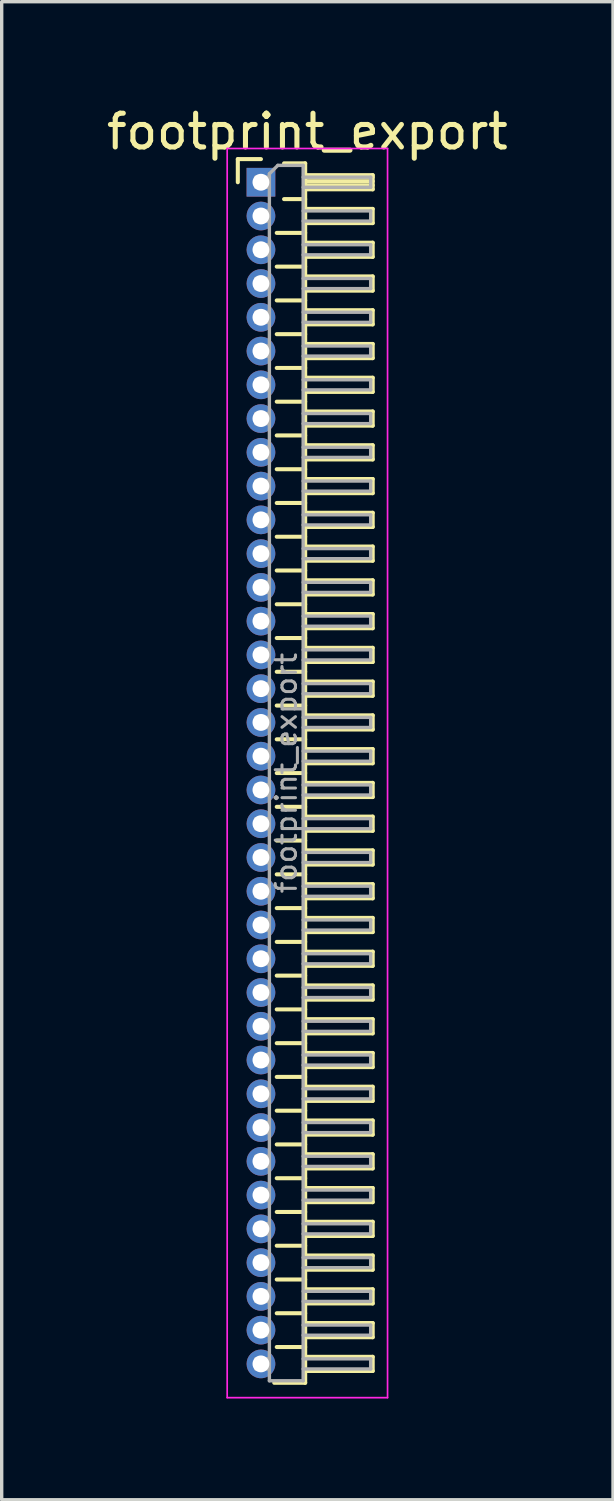
<source format=kicad_pcb>
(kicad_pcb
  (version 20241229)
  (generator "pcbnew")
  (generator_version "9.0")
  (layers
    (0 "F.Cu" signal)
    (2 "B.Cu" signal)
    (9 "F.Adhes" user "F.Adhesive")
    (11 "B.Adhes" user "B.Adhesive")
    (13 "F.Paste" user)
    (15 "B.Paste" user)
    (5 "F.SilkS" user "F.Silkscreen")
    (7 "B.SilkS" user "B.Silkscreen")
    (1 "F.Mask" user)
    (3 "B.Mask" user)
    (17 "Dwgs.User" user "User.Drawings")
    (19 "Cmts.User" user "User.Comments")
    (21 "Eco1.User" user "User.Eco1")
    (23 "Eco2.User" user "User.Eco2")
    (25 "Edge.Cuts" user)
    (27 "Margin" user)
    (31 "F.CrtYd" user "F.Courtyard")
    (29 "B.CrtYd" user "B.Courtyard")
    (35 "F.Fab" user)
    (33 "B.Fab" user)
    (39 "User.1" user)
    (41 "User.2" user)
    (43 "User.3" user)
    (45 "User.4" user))
  (footprint "footprint_export"
    (layer "F.Cu")
    (at 4.679 2.348)
    (property "Reference" "footprint_export" (at 1.375 -1.5 0) (layer "F.SilkS") (effects (font (size 1 1) (thickness 0.15))))
    (attr through_hole)
    (fp_line (start -0.685 -0.685) (end 0 -0.685) (stroke (width 0.12) (type solid)) (layer "F.SilkS"))
    (fp_line (start -0.685 0) (end -0.685 -0.685) (stroke (width 0.12) (type solid)) (layer "F.SilkS"))
    (fp_line (start 0.468 1.5) (end 1.31 1.5) (stroke (width 0.12) (type solid)) (layer "F.SilkS"))
    (fp_line (start 0.468 2.5) (end 1.31 2.5) (stroke (width 0.12) (type solid)) (layer "F.SilkS"))
    (fp_line (start 0.468 3.5) (end 1.31 3.5) (stroke (width 0.12) (type solid)) (layer "F.SilkS"))
    (fp_line (start 0.468 4.5) (end 1.31 4.5) (stroke (width 0.12) (type solid)) (layer "F.SilkS"))
    (fp_line (start 0.468 5.5) (end 1.31 5.5) (stroke (width 0.12) (type solid)) (layer "F.SilkS"))
    (fp_line (start 0.468 6.5) (end 1.31 6.5) (stroke (width 0.12) (type solid)) (layer "F.SilkS"))
    (fp_line (start 0.468 7.5) (end 1.31 7.5) (stroke (width 0.12) (type solid)) (layer "F.SilkS"))
    (fp_line (start 0.468 8.5) (end 1.31 8.5) (stroke (width 0.12) (type solid)) (layer "F.SilkS"))
    (fp_line (start 0.468 9.5) (end 1.31 9.5) (stroke (width 0.12) (type solid)) (layer "F.SilkS"))
    (fp_line (start 0.468 10.5) (end 1.31 10.5) (stroke (width 0.12) (type solid)) (layer "F.SilkS"))
    (fp_line (start 0.468 11.5) (end 1.31 11.5) (stroke (width 0.12) (type solid)) (layer "F.SilkS"))
    (fp_line (start 0.468 12.5) (end 1.31 12.5) (stroke (width 0.12) (type solid)) (layer "F.SilkS"))
    (fp_line (start 0.468 13.5) (end 1.31 13.5) (stroke (width 0.12) (type solid)) (layer "F.SilkS"))
    (fp_line (start 0.468 14.5) (end 1.31 14.5) (stroke (width 0.12) (type solid)) (layer "F.SilkS"))
    (fp_line (start 0.468 15.5) (end 1.31 15.5) (stroke (width 0.12) (type solid)) (layer "F.SilkS"))
    (fp_line (start 0.468 16.5) (end 1.31 16.5) (stroke (width 0.12) (type solid)) (layer "F.SilkS"))
    (fp_line (start 0.468 17.5) (end 1.31 17.5) (stroke (width 0.12) (type solid)) (layer "F.SilkS"))
    (fp_line (start 0.468 18.5) (end 1.31 18.5) (stroke (width 0.12) (type solid)) (layer "F.SilkS"))
    (fp_line (start 0.468 19.5) (end 1.31 19.5) (stroke (width 0.12) (type solid)) (layer "F.SilkS"))
    (fp_line (start 0.468 20.5) (end 1.31 20.5) (stroke (width 0.12) (type solid)) (layer "F.SilkS"))
    (fp_line (start 0.468 21.5) (end 1.31 21.5) (stroke (width 0.12) (type solid)) (layer "F.SilkS"))
    (fp_line (start 0.468 22.5) (end 1.31 22.5) (stroke (width 0.12) (type solid)) (layer "F.SilkS"))
    (fp_line (start 0.468 23.5) (end 1.31 23.5) (stroke (width 0.12) (type solid)) (layer "F.SilkS"))
    (fp_line (start 0.468 24.5) (end 1.31 24.5) (stroke (width 0.12) (type solid)) (layer "F.SilkS"))
    (fp_line (start 0.468 25.5) (end 1.31 25.5) (stroke (width 0.12) (type solid)) (layer "F.SilkS"))
    (fp_line (start 0.468 26.5) (end 1.31 26.5) (stroke (width 0.12) (type solid)) (layer "F.SilkS"))
    (fp_line (start 0.468 27.5) (end 1.31 27.5) (stroke (width 0.12) (type solid)) (layer "F.SilkS"))
    (fp_line (start 0.468 28.5) (end 1.31 28.5) (stroke (width 0.12) (type solid)) (layer "F.SilkS"))
    (fp_line (start 0.468 29.5) (end 1.31 29.5) (stroke (width 0.12) (type solid)) (layer "F.SilkS"))
    (fp_line (start 0.468 30.5) (end 1.31 30.5) (stroke (width 0.12) (type solid)) (layer "F.SilkS"))
    (fp_line (start 0.468 31.5) (end 1.31 31.5) (stroke (width 0.12) (type solid)) (layer "F.SilkS"))
    (fp_line (start 0.468 32.5) (end 1.31 32.5) (stroke (width 0.12) (type solid)) (layer "F.SilkS"))
    (fp_line (start 0.468 33.5) (end 1.31 33.5) (stroke (width 0.12) (type solid)) (layer "F.SilkS"))
    (fp_line (start 0.468 34.5) (end 1.31 34.5) (stroke (width 0.12) (type solid)) (layer "F.SilkS"))
    (fp_line (start 0.685 -0.56) (end 1.31 -0.56) (stroke (width 0.12) (type solid)) (layer "F.SilkS"))
    (fp_line (start 0.685 0.5) (end 1.31 0.5) (stroke (width 0.12) (type solid)) (layer "F.SilkS"))
    (fp_line (start 1.31 -0.56) (end 1.31 35.56) (stroke (width 0.12) (type solid)) (layer "F.SilkS"))
    (fp_line (start 1.31 -0.21) (end 3.31 -0.21) (stroke (width 0.12) (type solid)) (layer "F.SilkS"))
    (fp_line (start 1.31 -0.15) (end 3.31 -0.15) (stroke (width 0.12) (type solid)) (layer "F.SilkS"))
    (fp_line (start 1.31 -0.03) (end 3.31 -0.03) (stroke (width 0.12) (type solid)) (layer "F.SilkS"))
    (fp_line (start 1.31 0.09) (end 3.31 0.09) (stroke (width 0.12) (type solid)) (layer "F.SilkS"))
    (fp_line (start 1.31 0.79) (end 3.31 0.79) (stroke (width 0.12) (type solid)) (layer "F.SilkS"))
    (fp_line (start 1.31 1.79) (end 3.31 1.79) (stroke (width 0.12) (type solid)) (layer "F.SilkS"))
    (fp_line (start 1.31 2.79) (end 3.31 2.79) (stroke (width 0.12) (type solid)) (layer "F.SilkS"))
    (fp_line (start 1.31 3.79) (end 3.31 3.79) (stroke (width 0.12) (type solid)) (layer "F.SilkS"))
    (fp_line (start 1.31 4.79) (end 3.31 4.79) (stroke (width 0.12) (type solid)) (layer "F.SilkS"))
    (fp_line (start 1.31 5.79) (end 3.31 5.79) (stroke (width 0.12) (type solid)) (layer "F.SilkS"))
    (fp_line (start 1.31 6.79) (end 3.31 6.79) (stroke (width 0.12) (type solid)) (layer "F.SilkS"))
    (fp_line (start 1.31 7.79) (end 3.31 7.79) (stroke (width 0.12) (type solid)) (layer "F.SilkS"))
    (fp_line (start 1.31 8.79) (end 3.31 8.79) (stroke (width 0.12) (type solid)) (layer "F.SilkS"))
    (fp_line (start 1.31 9.79) (end 3.31 9.79) (stroke (width 0.12) (type solid)) (layer "F.SilkS"))
    (fp_line (start 1.31 10.79) (end 3.31 10.79) (stroke (width 0.12) (type solid)) (layer "F.SilkS"))
    (fp_line (start 1.31 11.79) (end 3.31 11.79) (stroke (width 0.12) (type solid)) (layer "F.SilkS"))
    (fp_line (start 1.31 12.79) (end 3.31 12.79) (stroke (width 0.12) (type solid)) (layer "F.SilkS"))
    (fp_line (start 1.31 13.79) (end 3.31 13.79) (stroke (width 0.12) (type solid)) (layer "F.SilkS"))
    (fp_line (start 1.31 14.79) (end 3.31 14.79) (stroke (width 0.12) (type solid)) (layer "F.SilkS"))
    (fp_line (start 1.31 15.79) (end 3.31 15.79) (stroke (width 0.12) (type solid)) (layer "F.SilkS"))
    (fp_line (start 1.31 16.79) (end 3.31 16.79) (stroke (width 0.12) (type solid)) (layer "F.SilkS"))
    (fp_line (start 1.31 17.79) (end 3.31 17.79) (stroke (width 0.12) (type solid)) (layer "F.SilkS"))
    (fp_line (start 1.31 18.79) (end 3.31 18.79) (stroke (width 0.12) (type solid)) (layer "F.SilkS"))
    (fp_line (start 1.31 19.79) (end 3.31 19.79) (stroke (width 0.12) (type solid)) (layer "F.SilkS"))
    (fp_line (start 1.31 20.79) (end 3.31 20.79) (stroke (width 0.12) (type solid)) (layer "F.SilkS"))
    (fp_line (start 1.31 21.79) (end 3.31 21.79) (stroke (width 0.12) (type solid)) (layer "F.SilkS"))
    (fp_line (start 1.31 22.79) (end 3.31 22.79) (stroke (width 0.12) (type solid)) (layer "F.SilkS"))
    (fp_line (start 1.31 23.79) (end 3.31 23.79) (stroke (width 0.12) (type solid)) (layer "F.SilkS"))
    (fp_line (start 1.31 24.79) (end 3.31 24.79) (stroke (width 0.12) (type solid)) (layer "F.SilkS"))
    (fp_line (start 1.31 25.79) (end 3.31 25.79) (stroke (width 0.12) (type solid)) (layer "F.SilkS"))
    (fp_line (start 1.31 26.79) (end 3.31 26.79) (stroke (width 0.12) (type solid)) (layer "F.SilkS"))
    (fp_line (start 1.31 27.79) (end 3.31 27.79) (stroke (width 0.12) (type solid)) (layer "F.SilkS"))
    (fp_line (start 1.31 28.79) (end 3.31 28.79) (stroke (width 0.12) (type solid)) (layer "F.SilkS"))
    (fp_line (start 1.31 29.79) (end 3.31 29.79) (stroke (width 0.12) (type solid)) (layer "F.SilkS"))
    (fp_line (start 1.31 30.79) (end 3.31 30.79) (stroke (width 0.12) (type solid)) (layer "F.SilkS"))
    (fp_line (start 1.31 31.79) (end 3.31 31.79) (stroke (width 0.12) (type solid)) (layer "F.SilkS"))
    (fp_line (start 1.31 32.79) (end 3.31 32.79) (stroke (width 0.12) (type solid)) (layer "F.SilkS"))
    (fp_line (start 1.31 33.79) (end 3.31 33.79) (stroke (width 0.12) (type solid)) (layer "F.SilkS"))
    (fp_line (start 1.31 34.79) (end 3.31 34.79) (stroke (width 0.12) (type solid)) (layer "F.SilkS"))
    (fp_line (start 1.31 35.56) (end 0.394 35.56) (stroke (width 0.12) (type solid)) (layer "F.SilkS"))
    (fp_line (start 3.31 -0.21) (end 3.31 0.21) (stroke (width 0.12) (type solid)) (layer "F.SilkS"))
    (fp_line (start 3.31 0.21) (end 1.31 0.21) (stroke (width 0.12) (type solid)) (layer "F.SilkS"))
    (fp_line (start 3.31 0.79) (end 3.31 1.21) (stroke (width 0.12) (type solid)) (layer "F.SilkS"))
    (fp_line (start 3.31 1.21) (end 1.31 1.21) (stroke (width 0.12) (type solid)) (layer "F.SilkS"))
    (fp_line (start 3.31 1.79) (end 3.31 2.21) (stroke (width 0.12) (type solid)) (layer "F.SilkS"))
    (fp_line (start 3.31 2.21) (end 1.31 2.21) (stroke (width 0.12) (type solid)) (layer "F.SilkS"))
    (fp_line (start 3.31 2.79) (end 3.31 3.21) (stroke (width 0.12) (type solid)) (layer "F.SilkS"))
    (fp_line (start 3.31 3.21) (end 1.31 3.21) (stroke (width 0.12) (type solid)) (layer "F.SilkS"))
    (fp_line (start 3.31 3.79) (end 3.31 4.21) (stroke (width 0.12) (type solid)) (layer "F.SilkS"))
    (fp_line (start 3.31 4.21) (end 1.31 4.21) (stroke (width 0.12) (type solid)) (layer "F.SilkS"))
    (fp_line (start 3.31 4.79) (end 3.31 5.21) (stroke (width 0.12) (type solid)) (layer "F.SilkS"))
    (fp_line (start 3.31 5.21) (end 1.31 5.21) (stroke (width 0.12) (type solid)) (layer "F.SilkS"))
    (fp_line (start 3.31 5.79) (end 3.31 6.21) (stroke (width 0.12) (type solid)) (layer "F.SilkS"))
    (fp_line (start 3.31 6.21) (end 1.31 6.21) (stroke (width 0.12) (type solid)) (layer "F.SilkS"))
    (fp_line (start 3.31 6.79) (end 3.31 7.21) (stroke (width 0.12) (type solid)) (layer "F.SilkS"))
    (fp_line (start 3.31 7.21) (end 1.31 7.21) (stroke (width 0.12) (type solid)) (layer "F.SilkS"))
    (fp_line (start 3.31 7.79) (end 3.31 8.21) (stroke (width 0.12) (type solid)) (layer "F.SilkS"))
    (fp_line (start 3.31 8.21) (end 1.31 8.21) (stroke (width 0.12) (type solid)) (layer "F.SilkS"))
    (fp_line (start 3.31 8.79) (end 3.31 9.21) (stroke (width 0.12) (type solid)) (layer "F.SilkS"))
    (fp_line (start 3.31 9.21) (end 1.31 9.21) (stroke (width 0.12) (type solid)) (layer "F.SilkS"))
    (fp_line (start 3.31 9.79) (end 3.31 10.21) (stroke (width 0.12) (type solid)) (layer "F.SilkS"))
    (fp_line (start 3.31 10.21) (end 1.31 10.21) (stroke (width 0.12) (type solid)) (layer "F.SilkS"))
    (fp_line (start 3.31 10.79) (end 3.31 11.21) (stroke (width 0.12) (type solid)) (layer "F.SilkS"))
    (fp_line (start 3.31 11.21) (end 1.31 11.21) (stroke (width 0.12) (type solid)) (layer "F.SilkS"))
    (fp_line (start 3.31 11.79) (end 3.31 12.21) (stroke (width 0.12) (type solid)) (layer "F.SilkS"))
    (fp_line (start 3.31 12.21) (end 1.31 12.21) (stroke (width 0.12) (type solid)) (layer "F.SilkS"))
    (fp_line (start 3.31 12.79) (end 3.31 13.21) (stroke (width 0.12) (type solid)) (layer "F.SilkS"))
    (fp_line (start 3.31 13.21) (end 1.31 13.21) (stroke (width 0.12) (type solid)) (layer "F.SilkS"))
    (fp_line (start 3.31 13.79) (end 3.31 14.21) (stroke (width 0.12) (type solid)) (layer "F.SilkS"))
    (fp_line (start 3.31 14.21) (end 1.31 14.21) (stroke (width 0.12) (type solid)) (layer "F.SilkS"))
    (fp_line (start 3.31 14.79) (end 3.31 15.21) (stroke (width 0.12) (type solid)) (layer "F.SilkS"))
    (fp_line (start 3.31 15.21) (end 1.31 15.21) (stroke (width 0.12) (type solid)) (layer "F.SilkS"))
    (fp_line (start 3.31 15.79) (end 3.31 16.21) (stroke (width 0.12) (type solid)) (layer "F.SilkS"))
    (fp_line (start 3.31 16.21) (end 1.31 16.21) (stroke (width 0.12) (type solid)) (layer "F.SilkS"))
    (fp_line (start 3.31 16.79) (end 3.31 17.21) (stroke (width 0.12) (type solid)) (layer "F.SilkS"))
    (fp_line (start 3.31 17.21) (end 1.31 17.21) (stroke (width 0.12) (type solid)) (layer "F.SilkS"))
    (fp_line (start 3.31 17.79) (end 3.31 18.21) (stroke (width 0.12) (type solid)) (layer "F.SilkS"))
    (fp_line (start 3.31 18.21) (end 1.31 18.21) (stroke (width 0.12) (type solid)) (layer "F.SilkS"))
    (fp_line (start 3.31 18.79) (end 3.31 19.21) (stroke (width 0.12) (type solid)) (layer "F.SilkS"))
    (fp_line (start 3.31 19.21) (end 1.31 19.21) (stroke (width 0.12) (type solid)) (layer "F.SilkS"))
    (fp_line (start 3.31 19.79) (end 3.31 20.21) (stroke (width 0.12) (type solid)) (layer "F.SilkS"))
    (fp_line (start 3.31 20.21) (end 1.31 20.21) (stroke (width 0.12) (type solid)) (layer "F.SilkS"))
    (fp_line (start 3.31 20.79) (end 3.31 21.21) (stroke (width 0.12) (type solid)) (layer "F.SilkS"))
    (fp_line (start 3.31 21.21) (end 1.31 21.21) (stroke (width 0.12) (type solid)) (layer "F.SilkS"))
    (fp_line (start 3.31 21.79) (end 3.31 22.21) (stroke (width 0.12) (type solid)) (layer "F.SilkS"))
    (fp_line (start 3.31 22.21) (end 1.31 22.21) (stroke (width 0.12) (type solid)) (layer "F.SilkS"))
    (fp_line (start 3.31 22.79) (end 3.31 23.21) (stroke (width 0.12) (type solid)) (layer "F.SilkS"))
    (fp_line (start 3.31 23.21) (end 1.31 23.21) (stroke (width 0.12) (type solid)) (layer "F.SilkS"))
    (fp_line (start 3.31 23.79) (end 3.31 24.21) (stroke (width 0.12) (type solid)) (layer "F.SilkS"))
    (fp_line (start 3.31 24.21) (end 1.31 24.21) (stroke (width 0.12) (type solid)) (layer "F.SilkS"))
    (fp_line (start 3.31 24.79) (end 3.31 25.21) (stroke (width 0.12) (type solid)) (layer "F.SilkS"))
    (fp_line (start 3.31 25.21) (end 1.31 25.21) (stroke (width 0.12) (type solid)) (layer "F.SilkS"))
    (fp_line (start 3.31 25.79) (end 3.31 26.21) (stroke (width 0.12) (type solid)) (layer "F.SilkS"))
    (fp_line (start 3.31 26.21) (end 1.31 26.21) (stroke (width 0.12) (type solid)) (layer "F.SilkS"))
    (fp_line (start 3.31 26.79) (end 3.31 27.21) (stroke (width 0.12) (type solid)) (layer "F.SilkS"))
    (fp_line (start 3.31 27.21) (end 1.31 27.21) (stroke (width 0.12) (type solid)) (layer "F.SilkS"))
    (fp_line (start 3.31 27.79) (end 3.31 28.21) (stroke (width 0.12) (type solid)) (layer "F.SilkS"))
    (fp_line (start 3.31 28.21) (end 1.31 28.21) (stroke (width 0.12) (type solid)) (layer "F.SilkS"))
    (fp_line (start 3.31 28.79) (end 3.31 29.21) (stroke (width 0.12) (type solid)) (layer "F.SilkS"))
    (fp_line (start 3.31 29.21) (end 1.31 29.21) (stroke (width 0.12) (type solid)) (layer "F.SilkS"))
    (fp_line (start 3.31 29.79) (end 3.31 30.21) (stroke (width 0.12) (type solid)) (layer "F.SilkS"))
    (fp_line (start 3.31 30.21) (end 1.31 30.21) (stroke (width 0.12) (type solid)) (layer "F.SilkS"))
    (fp_line (start 3.31 30.79) (end 3.31 31.21) (stroke (width 0.12) (type solid)) (layer "F.SilkS"))
    (fp_line (start 3.31 31.21) (end 1.31 31.21) (stroke (width 0.12) (type solid)) (layer "F.SilkS"))
    (fp_line (start 3.31 31.79) (end 3.31 32.21) (stroke (width 0.12) (type solid)) (layer "F.SilkS"))
    (fp_line (start 3.31 32.21) (end 1.31 32.21) (stroke (width 0.12) (type solid)) (layer "F.SilkS"))
    (fp_line (start 3.31 32.79) (end 3.31 33.21) (stroke (width 0.12) (type solid)) (layer "F.SilkS"))
    (fp_line (start 3.31 33.21) (end 1.31 33.21) (stroke (width 0.12) (type solid)) (layer "F.SilkS"))
    (fp_line (start 3.31 33.79) (end 3.31 34.21) (stroke (width 0.12) (type solid)) (layer "F.SilkS"))
    (fp_line (start 3.31 34.21) (end 1.31 34.21) (stroke (width 0.12) (type solid)) (layer "F.SilkS"))
    (fp_line (start 3.31 34.79) (end 3.31 35.21) (stroke (width 0.12) (type solid)) (layer "F.SilkS"))
    (fp_line (start 3.31 35.21) (end 1.31 35.21) (stroke (width 0.12) (type solid)) (layer "F.SilkS"))
    (fp_line (start -1 -1) (end -1 36) (stroke (width 0.05) (type solid)) (layer "F.CrtYd"))
    (fp_line (start -1 36) (end 3.75 36) (stroke (width 0.05) (type solid)) (layer "F.CrtYd"))
    (fp_line (start 3.75 -1) (end -1 -1) (stroke (width 0.05) (type solid)) (layer "F.CrtYd"))
    (fp_line (start 3.75 36) (end 3.75 -1) (stroke (width 0.05) (type solid)) (layer "F.CrtYd"))
    (fp_line (start -0.15 -0.15) (end -0.15 0.15) (stroke (width 0.1) (type solid)) (layer "F.Fab"))
    (fp_line (start -0.15 -0.15) (end 0.25 -0.15) (stroke (width 0.1) (type solid)) (layer "F.Fab"))
    (fp_line (start -0.15 0.15) (end 0.25 0.15) (stroke (width 0.1) (type solid)) (layer "F.Fab"))
    (fp_line (start -0.15 0.85) (end -0.15 1.15) (stroke (width 0.1) (type solid)) (layer "F.Fab"))
    (fp_line (start -0.15 0.85) (end 0.25 0.85) (stroke (width 0.1) (type solid)) (layer "F.Fab"))
    (fp_line (start -0.15 1.15) (end 0.25 1.15) (stroke (width 0.1) (type solid)) (layer "F.Fab"))
    (fp_line (start -0.15 1.85) (end -0.15 2.15) (stroke (width 0.1) (type solid)) (layer "F.Fab"))
    (fp_line (start -0.15 1.85) (end 0.25 1.85) (stroke (width 0.1) (type solid)) (layer "F.Fab"))
    (fp_line (start -0.15 2.15) (end 0.25 2.15) (stroke (width 0.1) (type solid)) (layer "F.Fab"))
    (fp_line (start -0.15 2.85) (end -0.15 3.15) (stroke (width 0.1) (type solid)) (layer "F.Fab"))
    (fp_line (start -0.15 2.85) (end 0.25 2.85) (stroke (width 0.1) (type solid)) (layer "F.Fab"))
    (fp_line (start -0.15 3.15) (end 0.25 3.15) (stroke (width 0.1) (type solid)) (layer "F.Fab"))
    (fp_line (start -0.15 3.85) (end -0.15 4.15) (stroke (width 0.1) (type solid)) (layer "F.Fab"))
    (fp_line (start -0.15 3.85) (end 0.25 3.85) (stroke (width 0.1) (type solid)) (layer "F.Fab"))
    (fp_line (start -0.15 4.15) (end 0.25 4.15) (stroke (width 0.1) (type solid)) (layer "F.Fab"))
    (fp_line (start -0.15 4.85) (end -0.15 5.15) (stroke (width 0.1) (type solid)) (layer "F.Fab"))
    (fp_line (start -0.15 4.85) (end 0.25 4.85) (stroke (width 0.1) (type solid)) (layer "F.Fab"))
    (fp_line (start -0.15 5.15) (end 0.25 5.15) (stroke (width 0.1) (type solid)) (layer "F.Fab"))
    (fp_line (start -0.15 5.85) (end -0.15 6.15) (stroke (width 0.1) (type solid)) (layer "F.Fab"))
    (fp_line (start -0.15 5.85) (end 0.25 5.85) (stroke (width 0.1) (type solid)) (layer "F.Fab"))
    (fp_line (start -0.15 6.15) (end 0.25 6.15) (stroke (width 0.1) (type solid)) (layer "F.Fab"))
    (fp_line (start -0.15 6.85) (end -0.15 7.15) (stroke (width 0.1) (type solid)) (layer "F.Fab"))
    (fp_line (start -0.15 6.85) (end 0.25 6.85) (stroke (width 0.1) (type solid)) (layer "F.Fab"))
    (fp_line (start -0.15 7.15) (end 0.25 7.15) (stroke (width 0.1) (type solid)) (layer "F.Fab"))
    (fp_line (start -0.15 7.85) (end -0.15 8.15) (stroke (width 0.1) (type solid)) (layer "F.Fab"))
    (fp_line (start -0.15 7.85) (end 0.25 7.85) (stroke (width 0.1) (type solid)) (layer "F.Fab"))
    (fp_line (start -0.15 8.15) (end 0.25 8.15) (stroke (width 0.1) (type solid)) (layer "F.Fab"))
    (fp_line (start -0.15 8.85) (end -0.15 9.15) (stroke (width 0.1) (type solid)) (layer "F.Fab"))
    (fp_line (start -0.15 8.85) (end 0.25 8.85) (stroke (width 0.1) (type solid)) (layer "F.Fab"))
    (fp_line (start -0.15 9.15) (end 0.25 9.15) (stroke (width 0.1) (type solid)) (layer "F.Fab"))
    (fp_line (start -0.15 9.85) (end -0.15 10.15) (stroke (width 0.1) (type solid)) (layer "F.Fab"))
    (fp_line (start -0.15 9.85) (end 0.25 9.85) (stroke (width 0.1) (type solid)) (layer "F.Fab"))
    (fp_line (start -0.15 10.15) (end 0.25 10.15) (stroke (width 0.1) (type solid)) (layer "F.Fab"))
    (fp_line (start -0.15 10.85) (end -0.15 11.15) (stroke (width 0.1) (type solid)) (layer "F.Fab"))
    (fp_line (start -0.15 10.85) (end 0.25 10.85) (stroke (width 0.1) (type solid)) (layer "F.Fab"))
    (fp_line (start -0.15 11.15) (end 0.25 11.15) (stroke (width 0.1) (type solid)) (layer "F.Fab"))
    (fp_line (start -0.15 11.85) (end -0.15 12.15) (stroke (width 0.1) (type solid)) (layer "F.Fab"))
    (fp_line (start -0.15 11.85) (end 0.25 11.85) (stroke (width 0.1) (type solid)) (layer "F.Fab"))
    (fp_line (start -0.15 12.15) (end 0.25 12.15) (stroke (width 0.1) (type solid)) (layer "F.Fab"))
    (fp_line (start -0.15 12.85) (end -0.15 13.15) (stroke (width 0.1) (type solid)) (layer "F.Fab"))
    (fp_line (start -0.15 12.85) (end 0.25 12.85) (stroke (width 0.1) (type solid)) (layer "F.Fab"))
    (fp_line (start -0.15 13.15) (end 0.25 13.15) (stroke (width 0.1) (type solid)) (layer "F.Fab"))
    (fp_line (start -0.15 13.85) (end -0.15 14.15) (stroke (width 0.1) (type solid)) (layer "F.Fab"))
    (fp_line (start -0.15 13.85) (end 0.25 13.85) (stroke (width 0.1) (type solid)) (layer "F.Fab"))
    (fp_line (start -0.15 14.15) (end 0.25 14.15) (stroke (width 0.1) (type solid)) (layer "F.Fab"))
    (fp_line (start -0.15 14.85) (end -0.15 15.15) (stroke (width 0.1) (type solid)) (layer "F.Fab"))
    (fp_line (start -0.15 14.85) (end 0.25 14.85) (stroke (width 0.1) (type solid)) (layer "F.Fab"))
    (fp_line (start -0.15 15.15) (end 0.25 15.15) (stroke (width 0.1) (type solid)) (layer "F.Fab"))
    (fp_line (start -0.15 15.85) (end -0.15 16.15) (stroke (width 0.1) (type solid)) (layer "F.Fab"))
    (fp_line (start -0.15 15.85) (end 0.25 15.85) (stroke (width 0.1) (type solid)) (layer "F.Fab"))
    (fp_line (start -0.15 16.15) (end 0.25 16.15) (stroke (width 0.1) (type solid)) (layer "F.Fab"))
    (fp_line (start -0.15 16.85) (end -0.15 17.15) (stroke (width 0.1) (type solid)) (layer "F.Fab"))
    (fp_line (start -0.15 16.85) (end 0.25 16.85) (stroke (width 0.1) (type solid)) (layer "F.Fab"))
    (fp_line (start -0.15 17.15) (end 0.25 17.15) (stroke (width 0.1) (type solid)) (layer "F.Fab"))
    (fp_line (start -0.15 17.85) (end -0.15 18.15) (stroke (width 0.1) (type solid)) (layer "F.Fab"))
    (fp_line (start -0.15 17.85) (end 0.25 17.85) (stroke (width 0.1) (type solid)) (layer "F.Fab"))
    (fp_line (start -0.15 18.15) (end 0.25 18.15) (stroke (width 0.1) (type solid)) (layer "F.Fab"))
    (fp_line (start -0.15 18.85) (end -0.15 19.15) (stroke (width 0.1) (type solid)) (layer "F.Fab"))
    (fp_line (start -0.15 18.85) (end 0.25 18.85) (stroke (width 0.1) (type solid)) (layer "F.Fab"))
    (fp_line (start -0.15 19.15) (end 0.25 19.15) (stroke (width 0.1) (type solid)) (layer "F.Fab"))
    (fp_line (start -0.15 19.85) (end -0.15 20.15) (stroke (width 0.1) (type solid)) (layer "F.Fab"))
    (fp_line (start -0.15 19.85) (end 0.25 19.85) (stroke (width 0.1) (type solid)) (layer "F.Fab"))
    (fp_line (start -0.15 20.15) (end 0.25 20.15) (stroke (width 0.1) (type solid)) (layer "F.Fab"))
    (fp_line (start -0.15 20.85) (end -0.15 21.15) (stroke (width 0.1) (type solid)) (layer "F.Fab"))
    (fp_line (start -0.15 20.85) (end 0.25 20.85) (stroke (width 0.1) (type solid)) (layer "F.Fab"))
    (fp_line (start -0.15 21.15) (end 0.25 21.15) (stroke (width 0.1) (type solid)) (layer "F.Fab"))
    (fp_line (start -0.15 21.85) (end -0.15 22.15) (stroke (width 0.1) (type solid)) (layer "F.Fab"))
    (fp_line (start -0.15 21.85) (end 0.25 21.85) (stroke (width 0.1) (type solid)) (layer "F.Fab"))
    (fp_line (start -0.15 22.15) (end 0.25 22.15) (stroke (width 0.1) (type solid)) (layer "F.Fab"))
    (fp_line (start -0.15 22.85) (end -0.15 23.15) (stroke (width 0.1) (type solid)) (layer "F.Fab"))
    (fp_line (start -0.15 22.85) (end 0.25 22.85) (stroke (width 0.1) (type solid)) (layer "F.Fab"))
    (fp_line (start -0.15 23.15) (end 0.25 23.15) (stroke (width 0.1) (type solid)) (layer "F.Fab"))
    (fp_line (start -0.15 23.85) (end -0.15 24.15) (stroke (width 0.1) (type solid)) (layer "F.Fab"))
    (fp_line (start -0.15 23.85) (end 0.25 23.85) (stroke (width 0.1) (type solid)) (layer "F.Fab"))
    (fp_line (start -0.15 24.15) (end 0.25 24.15) (stroke (width 0.1) (type solid)) (layer "F.Fab"))
    (fp_line (start -0.15 24.85) (end -0.15 25.15) (stroke (width 0.1) (type solid)) (layer "F.Fab"))
    (fp_line (start -0.15 24.85) (end 0.25 24.85) (stroke (width 0.1) (type solid)) (layer "F.Fab"))
    (fp_line (start -0.15 25.15) (end 0.25 25.15) (stroke (width 0.1) (type solid)) (layer "F.Fab"))
    (fp_line (start -0.15 25.85) (end -0.15 26.15) (stroke (width 0.1) (type solid)) (layer "F.Fab"))
    (fp_line (start -0.15 25.85) (end 0.25 25.85) (stroke (width 0.1) (type solid)) (layer "F.Fab"))
    (fp_line (start -0.15 26.15) (end 0.25 26.15) (stroke (width 0.1) (type solid)) (layer "F.Fab"))
    (fp_line (start -0.15 26.85) (end -0.15 27.15) (stroke (width 0.1) (type solid)) (layer "F.Fab"))
    (fp_line (start -0.15 26.85) (end 0.25 26.85) (stroke (width 0.1) (type solid)) (layer "F.Fab"))
    (fp_line (start -0.15 27.15) (end 0.25 27.15) (stroke (width 0.1) (type solid)) (layer "F.Fab"))
    (fp_line (start -0.15 27.85) (end -0.15 28.15) (stroke (width 0.1) (type solid)) (layer "F.Fab"))
    (fp_line (start -0.15 27.85) (end 0.25 27.85) (stroke (width 0.1) (type solid)) (layer "F.Fab"))
    (fp_line (start -0.15 28.15) (end 0.25 28.15) (stroke (width 0.1) (type solid)) (layer "F.Fab"))
    (fp_line (start -0.15 28.85) (end -0.15 29.15) (stroke (width 0.1) (type solid)) (layer "F.Fab"))
    (fp_line (start -0.15 28.85) (end 0.25 28.85) (stroke (width 0.1) (type solid)) (layer "F.Fab"))
    (fp_line (start -0.15 29.15) (end 0.25 29.15) (stroke (width 0.1) (type solid)) (layer "F.Fab"))
    (fp_line (start -0.15 29.85) (end -0.15 30.15) (stroke (width 0.1) (type solid)) (layer "F.Fab"))
    (fp_line (start -0.15 29.85) (end 0.25 29.85) (stroke (width 0.1) (type solid)) (layer "F.Fab"))
    (fp_line (start -0.15 30.15) (end 0.25 30.15) (stroke (width 0.1) (type solid)) (layer "F.Fab"))
    (fp_line (start -0.15 30.85) (end -0.15 31.15) (stroke (width 0.1) (type solid)) (layer "F.Fab"))
    (fp_line (start -0.15 30.85) (end 0.25 30.85) (stroke (width 0.1) (type solid)) (layer "F.Fab"))
    (fp_line (start -0.15 31.15) (end 0.25 31.15) (stroke (width 0.1) (type solid)) (layer "F.Fab"))
    (fp_line (start -0.15 31.85) (end -0.15 32.15) (stroke (width 0.1) (type solid)) (layer "F.Fab"))
    (fp_line (start -0.15 31.85) (end 0.25 31.85) (stroke (width 0.1) (type solid)) (layer "F.Fab"))
    (fp_line (start -0.15 32.15) (end 0.25 32.15) (stroke (width 0.1) (type solid)) (layer "F.Fab"))
    (fp_line (start -0.15 32.85) (end -0.15 33.15) (stroke (width 0.1) (type solid)) (layer "F.Fab"))
    (fp_line (start -0.15 32.85) (end 0.25 32.85) (stroke (width 0.1) (type solid)) (layer "F.Fab"))
    (fp_line (start -0.15 33.15) (end 0.25 33.15) (stroke (width 0.1) (type solid)) (layer "F.Fab"))
    (fp_line (start -0.15 33.85) (end -0.15 34.15) (stroke (width 0.1) (type solid)) (layer "F.Fab"))
    (fp_line (start -0.15 33.85) (end 0.25 33.85) (stroke (width 0.1) (type solid)) (layer "F.Fab"))
    (fp_line (start -0.15 34.15) (end 0.25 34.15) (stroke (width 0.1) (type solid)) (layer "F.Fab"))
    (fp_line (start -0.15 34.85) (end -0.15 35.15) (stroke (width 0.1) (type solid)) (layer "F.Fab"))
    (fp_line (start -0.15 34.85) (end 0.25 34.85) (stroke (width 0.1) (type solid)) (layer "F.Fab"))
    (fp_line (start -0.15 35.15) (end 0.25 35.15) (stroke (width 0.1) (type solid)) (layer "F.Fab"))
    (fp_line (start 0.25 -0.25) (end 0.5 -0.5) (stroke (width 0.1) (type solid)) (layer "F.Fab"))
    (fp_line (start 0.25 35.5) (end 0.25 -0.25) (stroke (width 0.1) (type solid)) (layer "F.Fab"))
    (fp_line (start 0.5 -0.5) (end 1.25 -0.5) (stroke (width 0.1) (type solid)) (layer "F.Fab"))
    (fp_line (start 1.25 -0.5) (end 1.25 35.5) (stroke (width 0.1) (type solid)) (layer "F.Fab"))
    (fp_line (start 1.25 -0.15) (end 3.25 -0.15) (stroke (width 0.1) (type solid)) (layer "F.Fab"))
    (fp_line (start 1.25 0.15) (end 3.25 0.15) (stroke (width 0.1) (type solid)) (layer "F.Fab"))
    (fp_line (start 1.25 0.85) (end 3.25 0.85) (stroke (width 0.1) (type solid)) (layer "F.Fab"))
    (fp_line (start 1.25 1.15) (end 3.25 1.15) (stroke (width 0.1) (type solid)) (layer "F.Fab"))
    (fp_line (start 1.25 1.85) (end 3.25 1.85) (stroke (width 0.1) (type solid)) (layer "F.Fab"))
    (fp_line (start 1.25 2.15) (end 3.25 2.15) (stroke (width 0.1) (type solid)) (layer "F.Fab"))
    (fp_line (start 1.25 2.85) (end 3.25 2.85) (stroke (width 0.1) (type solid)) (layer "F.Fab"))
    (fp_line (start 1.25 3.15) (end 3.25 3.15) (stroke (width 0.1) (type solid)) (layer "F.Fab"))
    (fp_line (start 1.25 3.85) (end 3.25 3.85) (stroke (width 0.1) (type solid)) (layer "F.Fab"))
    (fp_line (start 1.25 4.15) (end 3.25 4.15) (stroke (width 0.1) (type solid)) (layer "F.Fab"))
    (fp_line (start 1.25 4.85) (end 3.25 4.85) (stroke (width 0.1) (type solid)) (layer "F.Fab"))
    (fp_line (start 1.25 5.15) (end 3.25 5.15) (stroke (width 0.1) (type solid)) (layer "F.Fab"))
    (fp_line (start 1.25 5.85) (end 3.25 5.85) (stroke (width 0.1) (type solid)) (layer "F.Fab"))
    (fp_line (start 1.25 6.15) (end 3.25 6.15) (stroke (width 0.1) (type solid)) (layer "F.Fab"))
    (fp_line (start 1.25 6.85) (end 3.25 6.85) (stroke (width 0.1) (type solid)) (layer "F.Fab"))
    (fp_line (start 1.25 7.15) (end 3.25 7.15) (stroke (width 0.1) (type solid)) (layer "F.Fab"))
    (fp_line (start 1.25 7.85) (end 3.25 7.85) (stroke (width 0.1) (type solid)) (layer "F.Fab"))
    (fp_line (start 1.25 8.15) (end 3.25 8.15) (stroke (width 0.1) (type solid)) (layer "F.Fab"))
    (fp_line (start 1.25 8.85) (end 3.25 8.85) (stroke (width 0.1) (type solid)) (layer "F.Fab"))
    (fp_line (start 1.25 9.15) (end 3.25 9.15) (stroke (width 0.1) (type solid)) (layer "F.Fab"))
    (fp_line (start 1.25 9.85) (end 3.25 9.85) (stroke (width 0.1) (type solid)) (layer "F.Fab"))
    (fp_line (start 1.25 10.15) (end 3.25 10.15) (stroke (width 0.1) (type solid)) (layer "F.Fab"))
    (fp_line (start 1.25 10.85) (end 3.25 10.85) (stroke (width 0.1) (type solid)) (layer "F.Fab"))
    (fp_line (start 1.25 11.15) (end 3.25 11.15) (stroke (width 0.1) (type solid)) (layer "F.Fab"))
    (fp_line (start 1.25 11.85) (end 3.25 11.85) (stroke (width 0.1) (type solid)) (layer "F.Fab"))
    (fp_line (start 1.25 12.15) (end 3.25 12.15) (stroke (width 0.1) (type solid)) (layer "F.Fab"))
    (fp_line (start 1.25 12.85) (end 3.25 12.85) (stroke (width 0.1) (type solid)) (layer "F.Fab"))
    (fp_line (start 1.25 13.15) (end 3.25 13.15) (stroke (width 0.1) (type solid)) (layer "F.Fab"))
    (fp_line (start 1.25 13.85) (end 3.25 13.85) (stroke (width 0.1) (type solid)) (layer "F.Fab"))
    (fp_line (start 1.25 14.15) (end 3.25 14.15) (stroke (width 0.1) (type solid)) (layer "F.Fab"))
    (fp_line (start 1.25 14.85) (end 3.25 14.85) (stroke (width 0.1) (type solid)) (layer "F.Fab"))
    (fp_line (start 1.25 15.15) (end 3.25 15.15) (stroke (width 0.1) (type solid)) (layer "F.Fab"))
    (fp_line (start 1.25 15.85) (end 3.25 15.85) (stroke (width 0.1) (type solid)) (layer "F.Fab"))
    (fp_line (start 1.25 16.15) (end 3.25 16.15) (stroke (width 0.1) (type solid)) (layer "F.Fab"))
    (fp_line (start 1.25 16.85) (end 3.25 16.85) (stroke (width 0.1) (type solid)) (layer "F.Fab"))
    (fp_line (start 1.25 17.15) (end 3.25 17.15) (stroke (width 0.1) (type solid)) (layer "F.Fab"))
    (fp_line (start 1.25 17.85) (end 3.25 17.85) (stroke (width 0.1) (type solid)) (layer "F.Fab"))
    (fp_line (start 1.25 18.15) (end 3.25 18.15) (stroke (width 0.1) (type solid)) (layer "F.Fab"))
    (fp_line (start 1.25 18.85) (end 3.25 18.85) (stroke (width 0.1) (type solid)) (layer "F.Fab"))
    (fp_line (start 1.25 19.15) (end 3.25 19.15) (stroke (width 0.1) (type solid)) (layer "F.Fab"))
    (fp_line (start 1.25 19.85) (end 3.25 19.85) (stroke (width 0.1) (type solid)) (layer "F.Fab"))
    (fp_line (start 1.25 20.15) (end 3.25 20.15) (stroke (width 0.1) (type solid)) (layer "F.Fab"))
    (fp_line (start 1.25 20.85) (end 3.25 20.85) (stroke (width 0.1) (type solid)) (layer "F.Fab"))
    (fp_line (start 1.25 21.15) (end 3.25 21.15) (stroke (width 0.1) (type solid)) (layer "F.Fab"))
    (fp_line (start 1.25 21.85) (end 3.25 21.85) (stroke (width 0.1) (type solid)) (layer "F.Fab"))
    (fp_line (start 1.25 22.15) (end 3.25 22.15) (stroke (width 0.1) (type solid)) (layer "F.Fab"))
    (fp_line (start 1.25 22.85) (end 3.25 22.85) (stroke (width 0.1) (type solid)) (layer "F.Fab"))
    (fp_line (start 1.25 23.15) (end 3.25 23.15) (stroke (width 0.1) (type solid)) (layer "F.Fab"))
    (fp_line (start 1.25 23.85) (end 3.25 23.85) (stroke (width 0.1) (type solid)) (layer "F.Fab"))
    (fp_line (start 1.25 24.15) (end 3.25 24.15) (stroke (width 0.1) (type solid)) (layer "F.Fab"))
    (fp_line (start 1.25 24.85) (end 3.25 24.85) (stroke (width 0.1) (type solid)) (layer "F.Fab"))
    (fp_line (start 1.25 25.15) (end 3.25 25.15) (stroke (width 0.1) (type solid)) (layer "F.Fab"))
    (fp_line (start 1.25 25.85) (end 3.25 25.85) (stroke (width 0.1) (type solid)) (layer "F.Fab"))
    (fp_line (start 1.25 26.15) (end 3.25 26.15) (stroke (width 0.1) (type solid)) (layer "F.Fab"))
    (fp_line (start 1.25 26.85) (end 3.25 26.85) (stroke (width 0.1) (type solid)) (layer "F.Fab"))
    (fp_line (start 1.25 27.15) (end 3.25 27.15) (stroke (width 0.1) (type solid)) (layer "F.Fab"))
    (fp_line (start 1.25 27.85) (end 3.25 27.85) (stroke (width 0.1) (type solid)) (layer "F.Fab"))
    (fp_line (start 1.25 28.15) (end 3.25 28.15) (stroke (width 0.1) (type solid)) (layer "F.Fab"))
    (fp_line (start 1.25 28.85) (end 3.25 28.85) (stroke (width 0.1) (type solid)) (layer "F.Fab"))
    (fp_line (start 1.25 29.15) (end 3.25 29.15) (stroke (width 0.1) (type solid)) (layer "F.Fab"))
    (fp_line (start 1.25 29.85) (end 3.25 29.85) (stroke (width 0.1) (type solid)) (layer "F.Fab"))
    (fp_line (start 1.25 30.15) (end 3.25 30.15) (stroke (width 0.1) (type solid)) (layer "F.Fab"))
    (fp_line (start 1.25 30.85) (end 3.25 30.85) (stroke (width 0.1) (type solid)) (layer "F.Fab"))
    (fp_line (start 1.25 31.15) (end 3.25 31.15) (stroke (width 0.1) (type solid)) (layer "F.Fab"))
    (fp_line (start 1.25 31.85) (end 3.25 31.85) (stroke (width 0.1) (type solid)) (layer "F.Fab"))
    (fp_line (start 1.25 32.15) (end 3.25 32.15) (stroke (width 0.1) (type solid)) (layer "F.Fab"))
    (fp_line (start 1.25 32.85) (end 3.25 32.85) (stroke (width 0.1) (type solid)) (layer "F.Fab"))
    (fp_line (start 1.25 33.15) (end 3.25 33.15) (stroke (width 0.1) (type solid)) (layer "F.Fab"))
    (fp_line (start 1.25 33.85) (end 3.25 33.85) (stroke (width 0.1) (type solid)) (layer "F.Fab"))
    (fp_line (start 1.25 34.15) (end 3.25 34.15) (stroke (width 0.1) (type solid)) (layer "F.Fab"))
    (fp_line (start 1.25 34.85) (end 3.25 34.85) (stroke (width 0.1) (type solid)) (layer "F.Fab"))
    (fp_line (start 1.25 35.15) (end 3.25 35.15) (stroke (width 0.1) (type solid)) (layer "F.Fab"))
    (fp_line (start 1.25 35.5) (end 0.25 35.5) (stroke (width 0.1) (type solid)) (layer "F.Fab"))
    (fp_line (start 3.25 -0.15) (end 3.25 0.15) (stroke (width 0.1) (type solid)) (layer "F.Fab"))
    (fp_line (start 3.25 0.85) (end 3.25 1.15) (stroke (width 0.1) (type solid)) (layer "F.Fab"))
    (fp_line (start 3.25 1.85) (end 3.25 2.15) (stroke (width 0.1) (type solid)) (layer "F.Fab"))
    (fp_line (start 3.25 2.85) (end 3.25 3.15) (stroke (width 0.1) (type solid)) (layer "F.Fab"))
    (fp_line (start 3.25 3.85) (end 3.25 4.15) (stroke (width 0.1) (type solid)) (layer "F.Fab"))
    (fp_line (start 3.25 4.85) (end 3.25 5.15) (stroke (width 0.1) (type solid)) (layer "F.Fab"))
    (fp_line (start 3.25 5.85) (end 3.25 6.15) (stroke (width 0.1) (type solid)) (layer "F.Fab"))
    (fp_line (start 3.25 6.85) (end 3.25 7.15) (stroke (width 0.1) (type solid)) (layer "F.Fab"))
    (fp_line (start 3.25 7.85) (end 3.25 8.15) (stroke (width 0.1) (type solid)) (layer "F.Fab"))
    (fp_line (start 3.25 8.85) (end 3.25 9.15) (stroke (width 0.1) (type solid)) (layer "F.Fab"))
    (fp_line (start 3.25 9.85) (end 3.25 10.15) (stroke (width 0.1) (type solid)) (layer "F.Fab"))
    (fp_line (start 3.25 10.85) (end 3.25 11.15) (stroke (width 0.1) (type solid)) (layer "F.Fab"))
    (fp_line (start 3.25 11.85) (end 3.25 12.15) (stroke (width 0.1) (type solid)) (layer "F.Fab"))
    (fp_line (start 3.25 12.85) (end 3.25 13.15) (stroke (width 0.1) (type solid)) (layer "F.Fab"))
    (fp_line (start 3.25 13.85) (end 3.25 14.15) (stroke (width 0.1) (type solid)) (layer "F.Fab"))
    (fp_line (start 3.25 14.85) (end 3.25 15.15) (stroke (width 0.1) (type solid)) (layer "F.Fab"))
    (fp_line (start 3.25 15.85) (end 3.25 16.15) (stroke (width 0.1) (type solid)) (layer "F.Fab"))
    (fp_line (start 3.25 16.85) (end 3.25 17.15) (stroke (width 0.1) (type solid)) (layer "F.Fab"))
    (fp_line (start 3.25 17.85) (end 3.25 18.15) (stroke (width 0.1) (type solid)) (layer "F.Fab"))
    (fp_line (start 3.25 18.85) (end 3.25 19.15) (stroke (width 0.1) (type solid)) (layer "F.Fab"))
    (fp_line (start 3.25 19.85) (end 3.25 20.15) (stroke (width 0.1) (type solid)) (layer "F.Fab"))
    (fp_line (start 3.25 20.85) (end 3.25 21.15) (stroke (width 0.1) (type solid)) (layer "F.Fab"))
    (fp_line (start 3.25 21.85) (end 3.25 22.15) (stroke (width 0.1) (type solid)) (layer "F.Fab"))
    (fp_line (start 3.25 22.85) (end 3.25 23.15) (stroke (width 0.1) (type solid)) (layer "F.Fab"))
    (fp_line (start 3.25 23.85) (end 3.25 24.15) (stroke (width 0.1) (type solid)) (layer "F.Fab"))
    (fp_line (start 3.25 24.85) (end 3.25 25.15) (stroke (width 0.1) (type solid)) (layer "F.Fab"))
    (fp_line (start 3.25 25.85) (end 3.25 26.15) (stroke (width 0.1) (type solid)) (layer "F.Fab"))
    (fp_line (start 3.25 26.85) (end 3.25 27.15) (stroke (width 0.1) (type solid)) (layer "F.Fab"))
    (fp_line (start 3.25 27.85) (end 3.25 28.15) (stroke (width 0.1) (type solid)) (layer "F.Fab"))
    (fp_line (start 3.25 28.85) (end 3.25 29.15) (stroke (width 0.1) (type solid)) (layer "F.Fab"))
    (fp_line (start 3.25 29.85) (end 3.25 30.15) (stroke (width 0.1) (type solid)) (layer "F.Fab"))
    (fp_line (start 3.25 30.85) (end 3.25 31.15) (stroke (width 0.1) (type solid)) (layer "F.Fab"))
    (fp_line (start 3.25 31.85) (end 3.25 32.15) (stroke (width 0.1) (type solid)) (layer "F.Fab"))
    (fp_line (start 3.25 32.85) (end 3.25 33.15) (stroke (width 0.1) (type solid)) (layer "F.Fab"))
    (fp_line (start 3.25 33.85) (end 3.25 34.15) (stroke (width 0.1) (type solid)) (layer "F.Fab"))
    (fp_line (start 3.25 34.85) (end 3.25 35.15) (stroke (width 0.1) (type solid)) (layer "F.Fab"))
    (fp_text user "${REFERENCE}" (at 0.75 17.5 90) (layer "F.Fab") (effects (font (size 0.6 0.6) (thickness 0.09))))
    (pad "1" thru_hole rect (at 0 0) (size 0.85 0.85) (drill 0.5) (layers "*.Cu" "*.Mask"))
    (pad "2" thru_hole oval (at 0 1) (size 0.85 0.85) (drill 0.5) (layers "*.Cu" "*.Mask"))
    (pad "3" thru_hole oval (at 0 2) (size 0.85 0.85) (drill 0.5) (layers "*.Cu" "*.Mask"))
    (pad "4" thru_hole oval (at 0 3) (size 0.85 0.85) (drill 0.5) (layers "*.Cu" "*.Mask"))
    (pad "5" thru_hole oval (at 0 4) (size 0.85 0.85) (drill 0.5) (layers "*.Cu" "*.Mask"))
    (pad "6" thru_hole oval (at 0 5) (size 0.85 0.85) (drill 0.5) (layers "*.Cu" "*.Mask"))
    (pad "7" thru_hole oval (at 0 6) (size 0.85 0.85) (drill 0.5) (layers "*.Cu" "*.Mask"))
    (pad "8" thru_hole oval (at 0 7) (size 0.85 0.85) (drill 0.5) (layers "*.Cu" "*.Mask"))
    (pad "9" thru_hole oval (at 0 8) (size 0.85 0.85) (drill 0.5) (layers "*.Cu" "*.Mask"))
    (pad "10" thru_hole oval (at 0 9) (size 0.85 0.85) (drill 0.5) (layers "*.Cu" "*.Mask"))
    (pad "11" thru_hole oval (at 0 10) (size 0.85 0.85) (drill 0.5) (layers "*.Cu" "*.Mask"))
    (pad "12" thru_hole oval (at 0 11) (size 0.85 0.85) (drill 0.5) (layers "*.Cu" "*.Mask"))
    (pad "13" thru_hole oval (at 0 12) (size 0.85 0.85) (drill 0.5) (layers "*.Cu" "*.Mask"))
    (pad "14" thru_hole oval (at 0 13) (size 0.85 0.85) (drill 0.5) (layers "*.Cu" "*.Mask"))
    (pad "15" thru_hole oval (at 0 14) (size 0.85 0.85) (drill 0.5) (layers "*.Cu" "*.Mask"))
    (pad "16" thru_hole oval (at 0 15) (size 0.85 0.85) (drill 0.5) (layers "*.Cu" "*.Mask"))
    (pad "17" thru_hole oval (at 0 16) (size 0.85 0.85) (drill 0.5) (layers "*.Cu" "*.Mask"))
    (pad "18" thru_hole oval (at 0 17) (size 0.85 0.85) (drill 0.5) (layers "*.Cu" "*.Mask"))
    (pad "19" thru_hole oval (at 0 18) (size 0.85 0.85) (drill 0.5) (layers "*.Cu" "*.Mask"))
    (pad "20" thru_hole oval (at 0 19) (size 0.85 0.85) (drill 0.5) (layers "*.Cu" "*.Mask"))
    (pad "21" thru_hole oval (at 0 20) (size 0.85 0.85) (drill 0.5) (layers "*.Cu" "*.Mask"))
    (pad "22" thru_hole oval (at 0 21) (size 0.85 0.85) (drill 0.5) (layers "*.Cu" "*.Mask"))
    (pad "23" thru_hole oval (at 0 22) (size 0.85 0.85) (drill 0.5) (layers "*.Cu" "*.Mask"))
    (pad "24" thru_hole oval (at 0 23) (size 0.85 0.85) (drill 0.5) (layers "*.Cu" "*.Mask"))
    (pad "25" thru_hole oval (at 0 24) (size 0.85 0.85) (drill 0.5) (layers "*.Cu" "*.Mask"))
    (pad "26" thru_hole oval (at 0 25) (size 0.85 0.85) (drill 0.5) (layers "*.Cu" "*.Mask"))
    (pad "27" thru_hole oval (at 0 26) (size 0.85 0.85) (drill 0.5) (layers "*.Cu" "*.Mask"))
    (pad "28" thru_hole oval (at 0 27) (size 0.85 0.85) (drill 0.5) (layers "*.Cu" "*.Mask"))
    (pad "29" thru_hole oval (at 0 28) (size 0.85 0.85) (drill 0.5) (layers "*.Cu" "*.Mask"))
    (pad "30" thru_hole oval (at 0 29) (size 0.85 0.85) (drill 0.5) (layers "*.Cu" "*.Mask"))
    (pad "31" thru_hole oval (at 0 30) (size 0.85 0.85) (drill 0.5) (layers "*.Cu" "*.Mask"))
    (pad "32" thru_hole oval (at 0 31) (size 0.85 0.85) (drill 0.5) (layers "*.Cu" "*.Mask"))
    (pad "33" thru_hole oval (at 0 32) (size 0.85 0.85) (drill 0.5) (layers "*.Cu" "*.Mask"))
    (pad "34" thru_hole oval (at 0 33) (size 0.85 0.85) (drill 0.5) (layers "*.Cu" "*.Mask"))
    (pad "35" thru_hole oval (at 0 34) (size 0.85 0.85) (drill 0.5) (layers "*.Cu" "*.Mask"))
    (pad "36" thru_hole oval (at 0 35) (size 0.85 0.85) (drill 0.5) (layers "*.Cu" "*.Mask")))
  (gr_rect
    (start -3 -3)
    (end 15.107 41.373)
    (stroke (width 0.1) (type default))
    (fill no)
    (layer "Edge.Cuts")))
</source>
